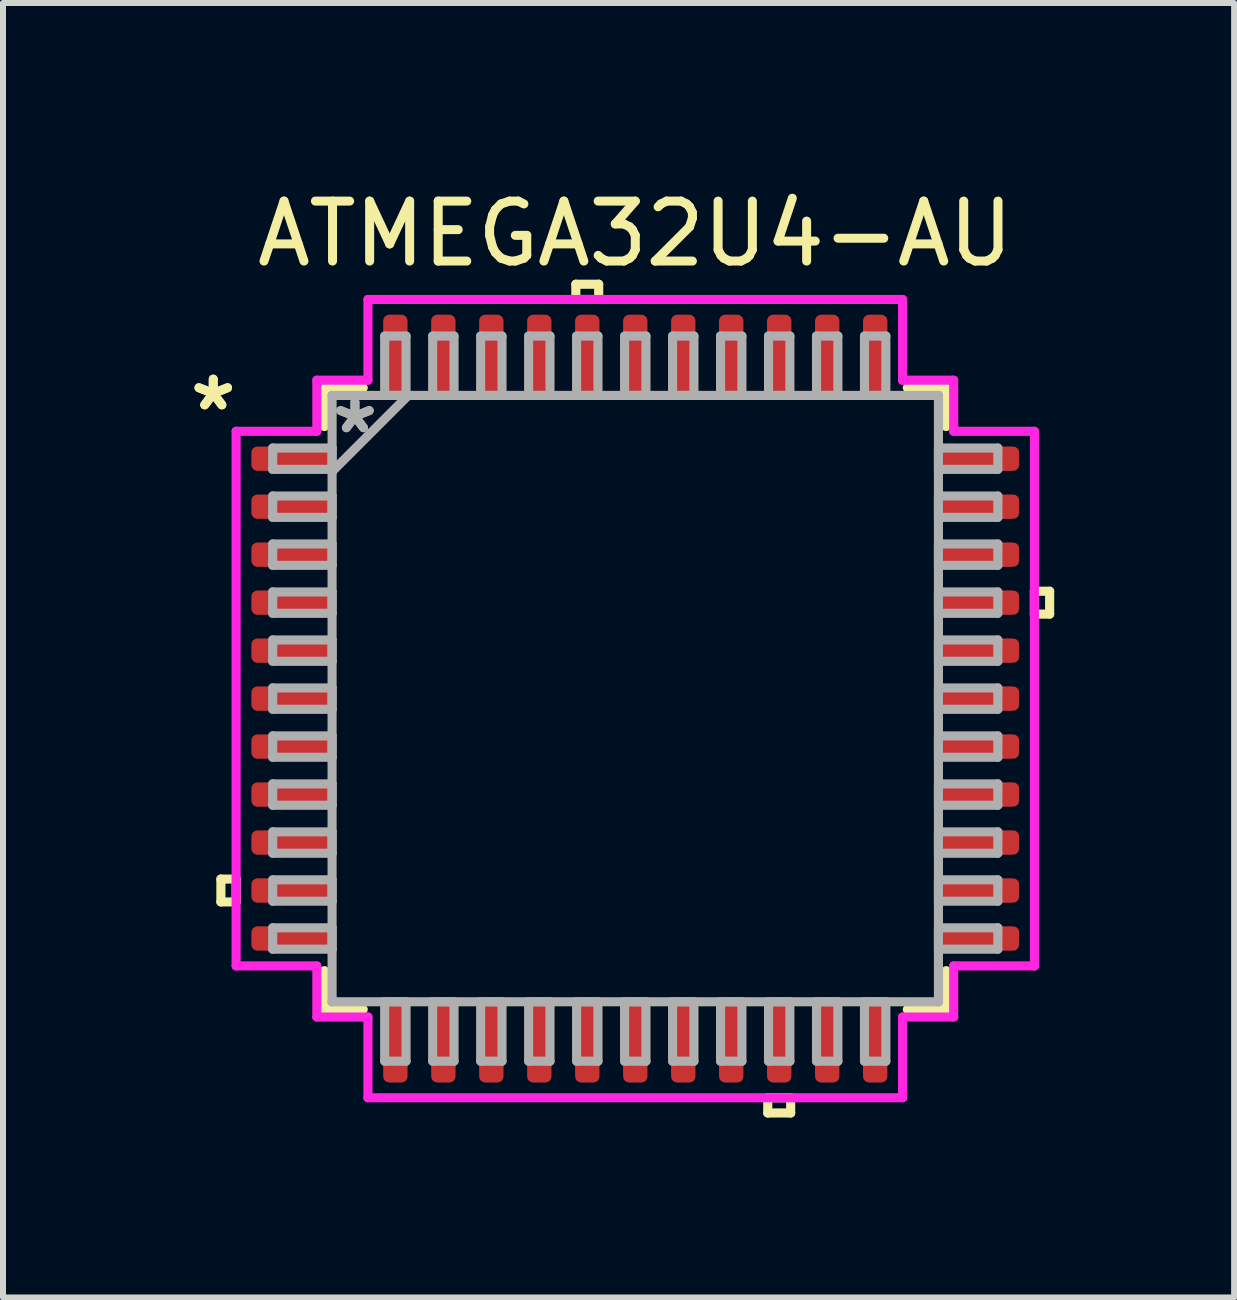
<source format=kicad_pcb>
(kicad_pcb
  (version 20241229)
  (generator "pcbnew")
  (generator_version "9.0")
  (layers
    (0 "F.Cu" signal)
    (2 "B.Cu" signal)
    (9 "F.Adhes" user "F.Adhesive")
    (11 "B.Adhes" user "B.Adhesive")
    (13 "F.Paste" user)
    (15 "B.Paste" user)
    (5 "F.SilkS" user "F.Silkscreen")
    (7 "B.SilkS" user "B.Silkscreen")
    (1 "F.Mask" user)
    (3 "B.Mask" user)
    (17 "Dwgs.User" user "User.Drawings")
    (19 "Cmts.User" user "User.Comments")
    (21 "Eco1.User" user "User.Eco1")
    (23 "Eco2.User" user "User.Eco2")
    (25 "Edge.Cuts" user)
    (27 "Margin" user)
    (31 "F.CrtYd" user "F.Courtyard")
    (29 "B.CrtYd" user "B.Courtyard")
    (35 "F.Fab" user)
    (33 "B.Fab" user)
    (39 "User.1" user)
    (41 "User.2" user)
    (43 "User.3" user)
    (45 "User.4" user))
  (footprint "ATMEGA32U4-AU"
    (layer "F.Cu")
    (at 7.542 8.598)
    (property "Reference" "ATMEGA32U4-AU" (at 0 -7.75 0) (layer "F.SilkS") (effects (font (size 1 1) (thickness 0.15))))
    (attr smd)
    (fp_line (start -6.909 3.009) (end -6.909 3.39) (stroke (width 0.152) (type solid)) (layer "F.SilkS"))
    (fp_line (start -6.909 3.39) (end -6.655 3.39) (stroke (width 0.152) (type solid)) (layer "F.SilkS"))
    (fp_line (start -6.655 3.009) (end -6.909 3.009) (stroke (width 0.152) (type solid)) (layer "F.SilkS"))
    (fp_line (start -6.655 3.39) (end -6.655 3.009) (stroke (width 0.152) (type solid)) (layer "F.SilkS"))
    (fp_line (start -5.182 -5.182) (end -5.182 -4.536) (stroke (width 0.152) (type solid)) (layer "F.SilkS"))
    (fp_line (start -5.182 4.536) (end -5.182 5.182) (stroke (width 0.152) (type solid)) (layer "F.SilkS"))
    (fp_line (start -5.182 5.182) (end -4.536 5.182) (stroke (width 0.152) (type solid)) (layer "F.SilkS"))
    (fp_line (start -4.536 -5.182) (end -5.182 -5.182) (stroke (width 0.152) (type solid)) (layer "F.SilkS"))
    (fp_line (start -0.991 -6.909) (end -0.61 -6.909) (stroke (width 0.152) (type solid)) (layer "F.SilkS"))
    (fp_line (start -0.991 -6.655) (end -0.991 -6.909) (stroke (width 0.152) (type solid)) (layer "F.SilkS"))
    (fp_line (start -0.61 -6.909) (end -0.61 -6.655) (stroke (width 0.152) (type solid)) (layer "F.SilkS"))
    (fp_line (start -0.61 -6.655) (end -0.991 -6.655) (stroke (width 0.152) (type solid)) (layer "F.SilkS"))
    (fp_line (start 2.209 6.655) (end 2.209 6.909) (stroke (width 0.152) (type solid)) (layer "F.SilkS"))
    (fp_line (start 2.209 6.909) (end 2.591 6.909) (stroke (width 0.152) (type solid)) (layer "F.SilkS"))
    (fp_line (start 2.591 6.655) (end 2.209 6.655) (stroke (width 0.152) (type solid)) (layer "F.SilkS"))
    (fp_line (start 2.591 6.909) (end 2.591 6.655) (stroke (width 0.152) (type solid)) (layer "F.SilkS"))
    (fp_line (start 4.536 5.182) (end 5.182 5.182) (stroke (width 0.152) (type solid)) (layer "F.SilkS"))
    (fp_line (start 5.182 -5.182) (end 4.536 -5.182) (stroke (width 0.152) (type solid)) (layer "F.SilkS"))
    (fp_line (start 5.182 -4.536) (end 5.182 -5.182) (stroke (width 0.152) (type solid)) (layer "F.SilkS"))
    (fp_line (start 5.182 5.182) (end 5.182 4.536) (stroke (width 0.152) (type solid)) (layer "F.SilkS"))
    (fp_line (start 6.655 -1.79) (end 6.909 -1.79) (stroke (width 0.152) (type solid)) (layer "F.SilkS"))
    (fp_line (start 6.655 -1.409) (end 6.655 -1.79) (stroke (width 0.152) (type solid)) (layer "F.SilkS"))
    (fp_line (start 6.909 -1.79) (end 6.909 -1.409) (stroke (width 0.152) (type solid)) (layer "F.SilkS"))
    (fp_line (start 6.909 -1.409) (end 6.655 -1.409) (stroke (width 0.152) (type solid)) (layer "F.SilkS"))
    (fp_line (start -6.655 -4.457) (end -5.309 -4.457) (stroke (width 0.152) (type solid)) (layer "F.CrtYd"))
    (fp_line (start -6.655 4.457) (end -6.655 -4.457) (stroke (width 0.152) (type solid)) (layer "F.CrtYd"))
    (fp_line (start -5.309 -5.309) (end -4.457 -5.309) (stroke (width 0.152) (type solid)) (layer "F.CrtYd"))
    (fp_line (start -5.309 -4.457) (end -5.309 -5.309) (stroke (width 0.152) (type solid)) (layer "F.CrtYd"))
    (fp_line (start -5.309 4.457) (end -6.655 4.457) (stroke (width 0.152) (type solid)) (layer "F.CrtYd"))
    (fp_line (start -5.309 5.309) (end -5.309 4.457) (stroke (width 0.152) (type solid)) (layer "F.CrtYd"))
    (fp_line (start -4.457 -6.655) (end 4.457 -6.655) (stroke (width 0.152) (type solid)) (layer "F.CrtYd"))
    (fp_line (start -4.457 -5.309) (end -4.457 -6.655) (stroke (width 0.152) (type solid)) (layer "F.CrtYd"))
    (fp_line (start -4.457 5.309) (end -5.309 5.309) (stroke (width 0.152) (type solid)) (layer "F.CrtYd"))
    (fp_line (start -4.457 6.655) (end -4.457 5.309) (stroke (width 0.152) (type solid)) (layer "F.CrtYd"))
    (fp_line (start 4.457 -6.655) (end 4.457 -5.309) (stroke (width 0.152) (type solid)) (layer "F.CrtYd"))
    (fp_line (start 4.457 -5.309) (end 5.309 -5.309) (stroke (width 0.152) (type solid)) (layer "F.CrtYd"))
    (fp_line (start 4.457 5.309) (end 4.457 6.655) (stroke (width 0.152) (type solid)) (layer "F.CrtYd"))
    (fp_line (start 4.457 6.655) (end -4.457 6.655) (stroke (width 0.152) (type solid)) (layer "F.CrtYd"))
    (fp_line (start 5.309 -5.309) (end 5.309 -4.457) (stroke (width 0.152) (type solid)) (layer "F.CrtYd"))
    (fp_line (start 5.309 -4.457) (end 6.655 -4.457) (stroke (width 0.152) (type solid)) (layer "F.CrtYd"))
    (fp_line (start 5.309 4.457) (end 5.309 5.309) (stroke (width 0.152) (type solid)) (layer "F.CrtYd"))
    (fp_line (start 5.309 5.309) (end 4.457 5.309) (stroke (width 0.152) (type solid)) (layer "F.CrtYd"))
    (fp_line (start 6.655 -4.457) (end 6.655 4.457) (stroke (width 0.152) (type solid)) (layer "F.CrtYd"))
    (fp_line (start 6.655 4.457) (end 5.309 4.457) (stroke (width 0.152) (type solid)) (layer "F.CrtYd"))
    (fp_line (start -6.045 -4.178) (end -6.045 -3.822) (stroke (width 0.152) (type solid)) (layer "F.Fab"))
    (fp_line (start -6.045 -3.822) (end -5.055 -3.822) (stroke (width 0.152) (type solid)) (layer "F.Fab"))
    (fp_line (start -6.045 -3.378) (end -6.045 -3.022) (stroke (width 0.152) (type solid)) (layer "F.Fab"))
    (fp_line (start -6.045 -3.022) (end -5.055 -3.022) (stroke (width 0.152) (type solid)) (layer "F.Fab"))
    (fp_line (start -6.045 -2.578) (end -6.045 -2.222) (stroke (width 0.152) (type solid)) (layer "F.Fab"))
    (fp_line (start -6.045 -2.222) (end -5.055 -2.222) (stroke (width 0.152) (type solid)) (layer "F.Fab"))
    (fp_line (start -6.045 -1.778) (end -6.045 -1.422) (stroke (width 0.152) (type solid)) (layer "F.Fab"))
    (fp_line (start -6.045 -1.422) (end -5.055 -1.422) (stroke (width 0.152) (type solid)) (layer "F.Fab"))
    (fp_line (start -6.045 -0.978) (end -6.045 -0.622) (stroke (width 0.152) (type solid)) (layer "F.Fab"))
    (fp_line (start -6.045 -0.622) (end -5.055 -0.622) (stroke (width 0.152) (type solid)) (layer "F.Fab"))
    (fp_line (start -6.045 -0.178) (end -6.045 0.178) (stroke (width 0.152) (type solid)) (layer "F.Fab"))
    (fp_line (start -6.045 0.178) (end -5.055 0.178) (stroke (width 0.152) (type solid)) (layer "F.Fab"))
    (fp_line (start -6.045 0.622) (end -6.045 0.978) (stroke (width 0.152) (type solid)) (layer "F.Fab"))
    (fp_line (start -6.045 0.978) (end -5.055 0.978) (stroke (width 0.152) (type solid)) (layer "F.Fab"))
    (fp_line (start -6.045 1.422) (end -6.045 1.778) (stroke (width 0.152) (type solid)) (layer "F.Fab"))
    (fp_line (start -6.045 1.778) (end -5.055 1.778) (stroke (width 0.152) (type solid)) (layer "F.Fab"))
    (fp_line (start -6.045 2.222) (end -6.045 2.578) (stroke (width 0.152) (type solid)) (layer "F.Fab"))
    (fp_line (start -6.045 2.578) (end -5.055 2.578) (stroke (width 0.152) (type solid)) (layer "F.Fab"))
    (fp_line (start -6.045 3.022) (end -6.045 3.378) (stroke (width 0.152) (type solid)) (layer "F.Fab"))
    (fp_line (start -6.045 3.378) (end -5.055 3.378) (stroke (width 0.152) (type solid)) (layer "F.Fab"))
    (fp_line (start -6.045 3.822) (end -6.045 4.178) (stroke (width 0.152) (type solid)) (layer "F.Fab"))
    (fp_line (start -6.045 4.178) (end -5.055 4.178) (stroke (width 0.152) (type solid)) (layer "F.Fab"))
    (fp_line (start -5.055 -5.055) (end -5.055 -5.055) (stroke (width 0.152) (type solid)) (layer "F.Fab"))
    (fp_line (start -5.055 -5.055) (end -5.055 5.055) (stroke (width 0.152) (type solid)) (layer "F.Fab"))
    (fp_line (start -5.055 -4.178) (end -6.045 -4.178) (stroke (width 0.152) (type solid)) (layer "F.Fab"))
    (fp_line (start -5.055 -3.822) (end -5.055 -4.178) (stroke (width 0.152) (type solid)) (layer "F.Fab"))
    (fp_line (start -5.055 -3.785) (end -3.785 -5.055) (stroke (width 0.152) (type solid)) (layer "F.Fab"))
    (fp_line (start -5.055 -3.378) (end -6.045 -3.378) (stroke (width 0.152) (type solid)) (layer "F.Fab"))
    (fp_line (start -5.055 -3.022) (end -5.055 -3.378) (stroke (width 0.152) (type solid)) (layer "F.Fab"))
    (fp_line (start -5.055 -2.578) (end -6.045 -2.578) (stroke (width 0.152) (type solid)) (layer "F.Fab"))
    (fp_line (start -5.055 -2.222) (end -5.055 -2.578) (stroke (width 0.152) (type solid)) (layer "F.Fab"))
    (fp_line (start -5.055 -1.778) (end -6.045 -1.778) (stroke (width 0.152) (type solid)) (layer "F.Fab"))
    (fp_line (start -5.055 -1.422) (end -5.055 -1.778) (stroke (width 0.152) (type solid)) (layer "F.Fab"))
    (fp_line (start -5.055 -0.978) (end -6.045 -0.978) (stroke (width 0.152) (type solid)) (layer "F.Fab"))
    (fp_line (start -5.055 -0.622) (end -5.055 -0.978) (stroke (width 0.152) (type solid)) (layer "F.Fab"))
    (fp_line (start -5.055 -0.178) (end -6.045 -0.178) (stroke (width 0.152) (type solid)) (layer "F.Fab"))
    (fp_line (start -5.055 0.178) (end -5.055 -0.178) (stroke (width 0.152) (type solid)) (layer "F.Fab"))
    (fp_line (start -5.055 0.622) (end -6.045 0.622) (stroke (width 0.152) (type solid)) (layer "F.Fab"))
    (fp_line (start -5.055 0.978) (end -5.055 0.622) (stroke (width 0.152) (type solid)) (layer "F.Fab"))
    (fp_line (start -5.055 1.422) (end -6.045 1.422) (stroke (width 0.152) (type solid)) (layer "F.Fab"))
    (fp_line (start -5.055 1.778) (end -5.055 1.422) (stroke (width 0.152) (type solid)) (layer "F.Fab"))
    (fp_line (start -5.055 2.222) (end -6.045 2.222) (stroke (width 0.152) (type solid)) (layer "F.Fab"))
    (fp_line (start -5.055 2.578) (end -5.055 2.222) (stroke (width 0.152) (type solid)) (layer "F.Fab"))
    (fp_line (start -5.055 3.022) (end -6.045 3.022) (stroke (width 0.152) (type solid)) (layer "F.Fab"))
    (fp_line (start -5.055 3.378) (end -5.055 3.022) (stroke (width 0.152) (type solid)) (layer "F.Fab"))
    (fp_line (start -5.055 3.822) (end -6.045 3.822) (stroke (width 0.152) (type solid)) (layer "F.Fab"))
    (fp_line (start -5.055 4.178) (end -5.055 3.822) (stroke (width 0.152) (type solid)) (layer "F.Fab"))
    (fp_line (start -5.055 5.055) (end -5.055 5.055) (stroke (width 0.152) (type solid)) (layer "F.Fab"))
    (fp_line (start -5.055 5.055) (end 5.055 5.055) (stroke (width 0.152) (type solid)) (layer "F.Fab"))
    (fp_line (start -4.178 5.055) (end -4.178 6.045) (stroke (width 0.152) (type solid)) (layer "F.Fab"))
    (fp_line (start -4.178 6.045) (end -3.822 6.045) (stroke (width 0.152) (type solid)) (layer "F.Fab"))
    (fp_line (start -4.178 -6.045) (end -4.178 -5.055) (stroke (width 0.152) (type solid)) (layer "F.Fab"))
    (fp_line (start -4.178 -5.055) (end -3.822 -5.055) (stroke (width 0.152) (type solid)) (layer "F.Fab"))
    (fp_line (start -3.822 5.055) (end -4.178 5.055) (stroke (width 0.152) (type solid)) (layer "F.Fab"))
    (fp_line (start -3.822 6.045) (end -3.822 5.055) (stroke (width 0.152) (type solid)) (layer "F.Fab"))
    (fp_line (start -3.822 -6.045) (end -4.178 -6.045) (stroke (width 0.152) (type solid)) (layer "F.Fab"))
    (fp_line (start -3.822 -5.055) (end -3.822 -6.045) (stroke (width 0.152) (type solid)) (layer "F.Fab"))
    (fp_line (start -3.378 -6.045) (end -3.378 -5.055) (stroke (width 0.152) (type solid)) (layer "F.Fab"))
    (fp_line (start -3.378 -5.055) (end -3.022 -5.055) (stroke (width 0.152) (type solid)) (layer "F.Fab"))
    (fp_line (start -3.378 5.055) (end -3.378 6.045) (stroke (width 0.152) (type solid)) (layer "F.Fab"))
    (fp_line (start -3.378 6.045) (end -3.022 6.045) (stroke (width 0.152) (type solid)) (layer "F.Fab"))
    (fp_line (start -3.022 -6.045) (end -3.378 -6.045) (stroke (width 0.152) (type solid)) (layer "F.Fab"))
    (fp_line (start -3.022 -5.055) (end -3.022 -6.045) (stroke (width 0.152) (type solid)) (layer "F.Fab"))
    (fp_line (start -3.022 5.055) (end -3.378 5.055) (stroke (width 0.152) (type solid)) (layer "F.Fab"))
    (fp_line (start -3.022 6.045) (end -3.022 5.055) (stroke (width 0.152) (type solid)) (layer "F.Fab"))
    (fp_line (start -2.578 -6.045) (end -2.578 -5.055) (stroke (width 0.152) (type solid)) (layer "F.Fab"))
    (fp_line (start -2.578 -5.055) (end -2.222 -5.055) (stroke (width 0.152) (type solid)) (layer "F.Fab"))
    (fp_line (start -2.578 5.055) (end -2.578 6.045) (stroke (width 0.152) (type solid)) (layer "F.Fab"))
    (fp_line (start -2.578 6.045) (end -2.222 6.045) (stroke (width 0.152) (type solid)) (layer "F.Fab"))
    (fp_line (start -2.222 -6.045) (end -2.578 -6.045) (stroke (width 0.152) (type solid)) (layer "F.Fab"))
    (fp_line (start -2.222 -5.055) (end -2.222 -6.045) (stroke (width 0.152) (type solid)) (layer "F.Fab"))
    (fp_line (start -2.222 5.055) (end -2.578 5.055) (stroke (width 0.152) (type solid)) (layer "F.Fab"))
    (fp_line (start -2.222 6.045) (end -2.222 5.055) (stroke (width 0.152) (type solid)) (layer "F.Fab"))
    (fp_line (start -1.778 -6.045) (end -1.778 -5.055) (stroke (width 0.152) (type solid)) (layer "F.Fab"))
    (fp_line (start -1.778 -5.055) (end -1.422 -5.055) (stroke (width 0.152) (type solid)) (layer "F.Fab"))
    (fp_line (start -1.778 5.055) (end -1.778 6.045) (stroke (width 0.152) (type solid)) (layer "F.Fab"))
    (fp_line (start -1.778 6.045) (end -1.422 6.045) (stroke (width 0.152) (type solid)) (layer "F.Fab"))
    (fp_line (start -1.422 -6.045) (end -1.778 -6.045) (stroke (width 0.152) (type solid)) (layer "F.Fab"))
    (fp_line (start -1.422 -5.055) (end -1.422 -6.045) (stroke (width 0.152) (type solid)) (layer "F.Fab"))
    (fp_line (start -1.422 5.055) (end -1.778 5.055) (stroke (width 0.152) (type solid)) (layer "F.Fab"))
    (fp_line (start -1.422 6.045) (end -1.422 5.055) (stroke (width 0.152) (type solid)) (layer "F.Fab"))
    (fp_line (start -0.978 -6.045) (end -0.978 -5.055) (stroke (width 0.152) (type solid)) (layer "F.Fab"))
    (fp_line (start -0.978 -5.055) (end -0.622 -5.055) (stroke (width 0.152) (type solid)) (layer "F.Fab"))
    (fp_line (start -0.978 5.055) (end -0.978 6.045) (stroke (width 0.152) (type solid)) (layer "F.Fab"))
    (fp_line (start -0.978 6.045) (end -0.622 6.045) (stroke (width 0.152) (type solid)) (layer "F.Fab"))
    (fp_line (start -0.622 -6.045) (end -0.978 -6.045) (stroke (width 0.152) (type solid)) (layer "F.Fab"))
    (fp_line (start -0.622 -5.055) (end -0.622 -6.045) (stroke (width 0.152) (type solid)) (layer "F.Fab"))
    (fp_line (start -0.622 5.055) (end -0.978 5.055) (stroke (width 0.152) (type solid)) (layer "F.Fab"))
    (fp_line (start -0.622 6.045) (end -0.622 5.055) (stroke (width 0.152) (type solid)) (layer "F.Fab"))
    (fp_line (start -0.178 -6.045) (end -0.178 -5.055) (stroke (width 0.152) (type solid)) (layer "F.Fab"))
    (fp_line (start -0.178 -5.055) (end 0.178 -5.055) (stroke (width 0.152) (type solid)) (layer "F.Fab"))
    (fp_line (start -0.178 5.055) (end -0.178 6.045) (stroke (width 0.152) (type solid)) (layer "F.Fab"))
    (fp_line (start -0.178 6.045) (end 0.178 6.045) (stroke (width 0.152) (type solid)) (layer "F.Fab"))
    (fp_line (start 0.178 -6.045) (end -0.178 -6.045) (stroke (width 0.152) (type solid)) (layer "F.Fab"))
    (fp_line (start 0.178 -5.055) (end 0.178 -6.045) (stroke (width 0.152) (type solid)) (layer "F.Fab"))
    (fp_line (start 0.178 5.055) (end -0.178 5.055) (stroke (width 0.152) (type solid)) (layer "F.Fab"))
    (fp_line (start 0.178 6.045) (end 0.178 5.055) (stroke (width 0.152) (type solid)) (layer "F.Fab"))
    (fp_line (start 0.622 -6.045) (end 0.622 -5.055) (stroke (width 0.152) (type solid)) (layer "F.Fab"))
    (fp_line (start 0.622 -5.055) (end 0.978 -5.055) (stroke (width 0.152) (type solid)) (layer "F.Fab"))
    (fp_line (start 0.622 5.055) (end 0.622 6.045) (stroke (width 0.152) (type solid)) (layer "F.Fab"))
    (fp_line (start 0.622 6.045) (end 0.978 6.045) (stroke (width 0.152) (type solid)) (layer "F.Fab"))
    (fp_line (start 0.978 -6.045) (end 0.622 -6.045) (stroke (width 0.152) (type solid)) (layer "F.Fab"))
    (fp_line (start 0.978 -5.055) (end 0.978 -6.045) (stroke (width 0.152) (type solid)) (layer "F.Fab"))
    (fp_line (start 0.978 5.055) (end 0.622 5.055) (stroke (width 0.152) (type solid)) (layer "F.Fab"))
    (fp_line (start 0.978 6.045) (end 0.978 5.055) (stroke (width 0.152) (type solid)) (layer "F.Fab"))
    (fp_line (start 1.422 -6.045) (end 1.422 -5.055) (stroke (width 0.152) (type solid)) (layer "F.Fab"))
    (fp_line (start 1.422 -5.055) (end 1.778 -5.055) (stroke (width 0.152) (type solid)) (layer "F.Fab"))
    (fp_line (start 1.422 5.055) (end 1.422 6.045) (stroke (width 0.152) (type solid)) (layer "F.Fab"))
    (fp_line (start 1.422 6.045) (end 1.778 6.045) (stroke (width 0.152) (type solid)) (layer "F.Fab"))
    (fp_line (start 1.778 -6.045) (end 1.422 -6.045) (stroke (width 0.152) (type solid)) (layer "F.Fab"))
    (fp_line (start 1.778 -5.055) (end 1.778 -6.045) (stroke (width 0.152) (type solid)) (layer "F.Fab"))
    (fp_line (start 1.778 5.055) (end 1.422 5.055) (stroke (width 0.152) (type solid)) (layer "F.Fab"))
    (fp_line (start 1.778 6.045) (end 1.778 5.055) (stroke (width 0.152) (type solid)) (layer "F.Fab"))
    (fp_line (start 2.222 -6.045) (end 2.222 -5.055) (stroke (width 0.152) (type solid)) (layer "F.Fab"))
    (fp_line (start 2.222 -5.055) (end 2.578 -5.055) (stroke (width 0.152) (type solid)) (layer "F.Fab"))
    (fp_line (start 2.222 5.055) (end 2.222 6.045) (stroke (width 0.152) (type solid)) (layer "F.Fab"))
    (fp_line (start 2.222 6.045) (end 2.578 6.045) (stroke (width 0.152) (type solid)) (layer "F.Fab"))
    (fp_line (start 2.578 -6.045) (end 2.222 -6.045) (stroke (width 0.152) (type solid)) (layer "F.Fab"))
    (fp_line (start 2.578 -5.055) (end 2.578 -6.045) (stroke (width 0.152) (type solid)) (layer "F.Fab"))
    (fp_line (start 2.578 5.055) (end 2.222 5.055) (stroke (width 0.152) (type solid)) (layer "F.Fab"))
    (fp_line (start 2.578 6.045) (end 2.578 5.055) (stroke (width 0.152) (type solid)) (layer "F.Fab"))
    (fp_line (start 3.022 -6.045) (end 3.022 -5.055) (stroke (width 0.152) (type solid)) (layer "F.Fab"))
    (fp_line (start 3.022 -5.055) (end 3.378 -5.055) (stroke (width 0.152) (type solid)) (layer "F.Fab"))
    (fp_line (start 3.022 5.055) (end 3.022 6.045) (stroke (width 0.152) (type solid)) (layer "F.Fab"))
    (fp_line (start 3.022 6.045) (end 3.378 6.045) (stroke (width 0.152) (type solid)) (layer "F.Fab"))
    (fp_line (start 3.378 -6.045) (end 3.022 -6.045) (stroke (width 0.152) (type solid)) (layer "F.Fab"))
    (fp_line (start 3.378 -5.055) (end 3.378 -6.045) (stroke (width 0.152) (type solid)) (layer "F.Fab"))
    (fp_line (start 3.378 5.055) (end 3.022 5.055) (stroke (width 0.152) (type solid)) (layer "F.Fab"))
    (fp_line (start 3.378 6.045) (end 3.378 5.055) (stroke (width 0.152) (type solid)) (layer "F.Fab"))
    (fp_line (start 3.822 5.055) (end 3.822 6.045) (stroke (width 0.152) (type solid)) (layer "F.Fab"))
    (fp_line (start 3.822 6.045) (end 4.178 6.045) (stroke (width 0.152) (type solid)) (layer "F.Fab"))
    (fp_line (start 3.822 -6.045) (end 3.822 -5.055) (stroke (width 0.152) (type solid)) (layer "F.Fab"))
    (fp_line (start 3.822 -5.055) (end 4.178 -5.055) (stroke (width 0.152) (type solid)) (layer "F.Fab"))
    (fp_line (start 4.178 5.055) (end 3.822 5.055) (stroke (width 0.152) (type solid)) (layer "F.Fab"))
    (fp_line (start 4.178 6.045) (end 4.178 5.055) (stroke (width 0.152) (type solid)) (layer "F.Fab"))
    (fp_line (start 4.178 -6.045) (end 3.822 -6.045) (stroke (width 0.152) (type solid)) (layer "F.Fab"))
    (fp_line (start 4.178 -5.055) (end 4.178 -6.045) (stroke (width 0.152) (type solid)) (layer "F.Fab"))
    (fp_line (start 5.055 -5.055) (end -5.055 -5.055) (stroke (width 0.152) (type solid)) (layer "F.Fab"))
    (fp_line (start 5.055 -5.055) (end 5.055 -5.055) (stroke (width 0.152) (type solid)) (layer "F.Fab"))
    (fp_line (start 5.055 -4.178) (end 5.055 -3.822) (stroke (width 0.152) (type solid)) (layer "F.Fab"))
    (fp_line (start 5.055 -3.822) (end 6.045 -3.822) (stroke (width 0.152) (type solid)) (layer "F.Fab"))
    (fp_line (start 5.055 -3.378) (end 5.055 -3.022) (stroke (width 0.152) (type solid)) (layer "F.Fab"))
    (fp_line (start 5.055 -3.022) (end 6.045 -3.022) (stroke (width 0.152) (type solid)) (layer "F.Fab"))
    (fp_line (start 5.055 -2.578) (end 5.055 -2.222) (stroke (width 0.152) (type solid)) (layer "F.Fab"))
    (fp_line (start 5.055 -2.222) (end 6.045 -2.222) (stroke (width 0.152) (type solid)) (layer "F.Fab"))
    (fp_line (start 5.055 -1.778) (end 5.055 -1.422) (stroke (width 0.152) (type solid)) (layer "F.Fab"))
    (fp_line (start 5.055 -1.422) (end 6.045 -1.422) (stroke (width 0.152) (type solid)) (layer "F.Fab"))
    (fp_line (start 5.055 -0.978) (end 5.055 -0.622) (stroke (width 0.152) (type solid)) (layer "F.Fab"))
    (fp_line (start 5.055 -0.622) (end 6.045 -0.622) (stroke (width 0.152) (type solid)) (layer "F.Fab"))
    (fp_line (start 5.055 -0.178) (end 5.055 0.178) (stroke (width 0.152) (type solid)) (layer "F.Fab"))
    (fp_line (start 5.055 0.178) (end 6.045 0.178) (stroke (width 0.152) (type solid)) (layer "F.Fab"))
    (fp_line (start 5.055 0.622) (end 5.055 0.978) (stroke (width 0.152) (type solid)) (layer "F.Fab"))
    (fp_line (start 5.055 0.978) (end 6.045 0.978) (stroke (width 0.152) (type solid)) (layer "F.Fab"))
    (fp_line (start 5.055 1.422) (end 5.055 1.778) (stroke (width 0.152) (type solid)) (layer "F.Fab"))
    (fp_line (start 5.055 1.778) (end 6.045 1.778) (stroke (width 0.152) (type solid)) (layer "F.Fab"))
    (fp_line (start 5.055 2.222) (end 5.055 2.578) (stroke (width 0.152) (type solid)) (layer "F.Fab"))
    (fp_line (start 5.055 2.578) (end 6.045 2.578) (stroke (width 0.152) (type solid)) (layer "F.Fab"))
    (fp_line (start 5.055 3.022) (end 5.055 3.378) (stroke (width 0.152) (type solid)) (layer "F.Fab"))
    (fp_line (start 5.055 3.378) (end 6.045 3.378) (stroke (width 0.152) (type solid)) (layer "F.Fab"))
    (fp_line (start 5.055 3.822) (end 5.055 4.178) (stroke (width 0.152) (type solid)) (layer "F.Fab"))
    (fp_line (start 5.055 4.178) (end 6.045 4.178) (stroke (width 0.152) (type solid)) (layer "F.Fab"))
    (fp_line (start 5.055 5.055) (end 5.055 -5.055) (stroke (width 0.152) (type solid)) (layer "F.Fab"))
    (fp_line (start 5.055 5.055) (end 5.055 5.055) (stroke (width 0.152) (type solid)) (layer "F.Fab"))
    (fp_line (start 6.045 -4.178) (end 5.055 -4.178) (stroke (width 0.152) (type solid)) (layer "F.Fab"))
    (fp_line (start 6.045 -3.822) (end 6.045 -4.178) (stroke (width 0.152) (type solid)) (layer "F.Fab"))
    (fp_line (start 6.045 -3.378) (end 5.055 -3.378) (stroke (width 0.152) (type solid)) (layer "F.Fab"))
    (fp_line (start 6.045 -3.022) (end 6.045 -3.378) (stroke (width 0.152) (type solid)) (layer "F.Fab"))
    (fp_line (start 6.045 -2.578) (end 5.055 -2.578) (stroke (width 0.152) (type solid)) (layer "F.Fab"))
    (fp_line (start 6.045 -2.222) (end 6.045 -2.578) (stroke (width 0.152) (type solid)) (layer "F.Fab"))
    (fp_line (start 6.045 -1.778) (end 5.055 -1.778) (stroke (width 0.152) (type solid)) (layer "F.Fab"))
    (fp_line (start 6.045 -1.422) (end 6.045 -1.778) (stroke (width 0.152) (type solid)) (layer "F.Fab"))
    (fp_line (start 6.045 -0.978) (end 5.055 -0.978) (stroke (width 0.152) (type solid)) (layer "F.Fab"))
    (fp_line (start 6.045 -0.622) (end 6.045 -0.978) (stroke (width 0.152) (type solid)) (layer "F.Fab"))
    (fp_line (start 6.045 -0.178) (end 5.055 -0.178) (stroke (width 0.152) (type solid)) (layer "F.Fab"))
    (fp_line (start 6.045 0.178) (end 6.045 -0.178) (stroke (width 0.152) (type solid)) (layer "F.Fab"))
    (fp_line (start 6.045 0.622) (end 5.055 0.622) (stroke (width 0.152) (type solid)) (layer "F.Fab"))
    (fp_line (start 6.045 0.978) (end 6.045 0.622) (stroke (width 0.152) (type solid)) (layer "F.Fab"))
    (fp_line (start 6.045 1.422) (end 5.055 1.422) (stroke (width 0.152) (type solid)) (layer "F.Fab"))
    (fp_line (start 6.045 1.778) (end 6.045 1.422) (stroke (width 0.152) (type solid)) (layer "F.Fab"))
    (fp_line (start 6.045 2.222) (end 5.055 2.222) (stroke (width 0.152) (type solid)) (layer "F.Fab"))
    (fp_line (start 6.045 2.578) (end 6.045 2.222) (stroke (width 0.152) (type solid)) (layer "F.Fab"))
    (fp_line (start 6.045 3.022) (end 5.055 3.022) (stroke (width 0.152) (type solid)) (layer "F.Fab"))
    (fp_line (start 6.045 3.378) (end 6.045 3.022) (stroke (width 0.152) (type solid)) (layer "F.Fab"))
    (fp_line (start 6.045 3.822) (end 5.055 3.822) (stroke (width 0.152) (type solid)) (layer "F.Fab"))
    (fp_line (start 6.045 4.178) (end 6.045 3.822) (stroke (width 0.152) (type solid)) (layer "F.Fab"))
    (fp_text user "*" (at -7.036 -4.781 0) (layer "F.SilkS") (effects (font (size 1 1) (thickness 0.15))))
    (fp_text user "*" (at -7.036 -4.781 0) (layer "F.SilkS") (effects (font (size 1 1) (thickness 0.15))))
    (fp_text user "*" (at -4.674 -4.4 0) (layer "F.Fab") (effects (font (size 1 1) (thickness 0.15))))
    (fp_text user "*" (at -4.674 -4.4 0) (layer "F.Fab") (effects (font (size 1 1) (thickness 0.15))))
    (pad "1" smd roundrect (at -5.728 -4 90) (size 0.406 1.346) (layers "F.Cu" "F.Mask" "F.Paste") (roundrect_rratio 0.25))
    (pad "2" smd roundrect (at -5.728 -3.2 90) (size 0.406 1.346) (layers "F.Cu" "F.Mask" "F.Paste") (roundrect_rratio 0.25))
    (pad "3" smd roundrect (at -5.728 -2.4 90) (size 0.406 1.346) (layers "F.Cu" "F.Mask" "F.Paste") (roundrect_rratio 0.25))
    (pad "4" smd roundrect (at -5.728 -1.6 90) (size 0.406 1.346) (layers "F.Cu" "F.Mask" "F.Paste") (roundrect_rratio 0.25))
    (pad "5" smd roundrect (at -5.728 -0.8 90) (size 0.406 1.346) (layers "F.Cu" "F.Mask" "F.Paste") (roundrect_rratio 0.25))
    (pad "6" smd roundrect (at -5.728 0 90) (size 0.406 1.346) (layers "F.Cu" "F.Mask" "F.Paste") (roundrect_rratio 0.25))
    (pad "7" smd roundrect (at -5.728 0.8 90) (size 0.406 1.346) (layers "F.Cu" "F.Mask" "F.Paste") (roundrect_rratio 0.25))
    (pad "8" smd roundrect (at -5.728 1.6 90) (size 0.406 1.346) (layers "F.Cu" "F.Mask" "F.Paste") (roundrect_rratio 0.25))
    (pad "9" smd roundrect (at -5.728 2.4 90) (size 0.406 1.346) (layers "F.Cu" "F.Mask" "F.Paste") (roundrect_rratio 0.25))
    (pad "10" smd roundrect (at -5.728 3.2 90) (size 0.406 1.346) (layers "F.Cu" "F.Mask" "F.Paste") (roundrect_rratio 0.25))
    (pad "11" smd roundrect (at -5.728 4 90) (size 0.406 1.346) (layers "F.Cu" "F.Mask" "F.Paste") (roundrect_rratio 0.25))
    (pad "12" smd roundrect (at -4 5.728) (size 0.406 1.346) (layers "F.Cu" "F.Mask" "F.Paste") (roundrect_rratio 0.25))
    (pad "13" smd roundrect (at -3.2 5.728) (size 0.406 1.346) (layers "F.Cu" "F.Mask" "F.Paste") (roundrect_rratio 0.25))
    (pad "14" smd roundrect (at -2.4 5.728) (size 0.406 1.346) (layers "F.Cu" "F.Mask" "F.Paste") (roundrect_rratio 0.25))
    (pad "15" smd roundrect (at -1.6 5.728) (size 0.406 1.346) (layers "F.Cu" "F.Mask" "F.Paste") (roundrect_rratio 0.25))
    (pad "16" smd roundrect (at -0.8 5.728) (size 0.406 1.346) (layers "F.Cu" "F.Mask" "F.Paste") (roundrect_rratio 0.25))
    (pad "17" smd roundrect (at 0 5.728) (size 0.406 1.346) (layers "F.Cu" "F.Mask" "F.Paste") (roundrect_rratio 0.25))
    (pad "18" smd roundrect (at 0.8 5.728) (size 0.406 1.346) (layers "F.Cu" "F.Mask" "F.Paste") (roundrect_rratio 0.25))
    (pad "19" smd roundrect (at 1.6 5.728) (size 0.406 1.346) (layers "F.Cu" "F.Mask" "F.Paste") (roundrect_rratio 0.25))
    (pad "20" smd roundrect (at 2.4 5.728) (size 0.406 1.346) (layers "F.Cu" "F.Mask" "F.Paste") (roundrect_rratio 0.25))
    (pad "21" smd roundrect (at 3.2 5.728) (size 0.406 1.346) (layers "F.Cu" "F.Mask" "F.Paste") (roundrect_rratio 0.25))
    (pad "22" smd roundrect (at 4 5.728) (size 0.406 1.346) (layers "F.Cu" "F.Mask" "F.Paste") (roundrect_rratio 0.25))
    (pad "23" smd roundrect (at 5.728 4 90) (size 0.406 1.346) (layers "F.Cu" "F.Mask" "F.Paste") (roundrect_rratio 0.25))
    (pad "24" smd roundrect (at 5.728 3.2 90) (size 0.406 1.346) (layers "F.Cu" "F.Mask" "F.Paste") (roundrect_rratio 0.25))
    (pad "25" smd roundrect (at 5.728 2.4 90) (size 0.406 1.346) (layers "F.Cu" "F.Mask" "F.Paste") (roundrect_rratio 0.25))
    (pad "26" smd roundrect (at 5.728 1.6 90) (size 0.406 1.346) (layers "F.Cu" "F.Mask" "F.Paste") (roundrect_rratio 0.25))
    (pad "27" smd roundrect (at 5.728 0.8 90) (size 0.406 1.346) (layers "F.Cu" "F.Mask" "F.Paste") (roundrect_rratio 0.25))
    (pad "28" smd roundrect (at 5.728 0 90) (size 0.406 1.346) (layers "F.Cu" "F.Mask" "F.Paste") (roundrect_rratio 0.25))
    (pad "29" smd roundrect (at 5.728 -0.8 90) (size 0.406 1.346) (layers "F.Cu" "F.Mask" "F.Paste") (roundrect_rratio 0.25))
    (pad "30" smd roundrect (at 5.728 -1.6 90) (size 0.406 1.346) (layers "F.Cu" "F.Mask" "F.Paste") (roundrect_rratio 0.25))
    (pad "31" smd roundrect (at 5.728 -2.4 90) (size 0.406 1.346) (layers "F.Cu" "F.Mask" "F.Paste") (roundrect_rratio 0.25))
    (pad "32" smd roundrect (at 5.728 -3.2 90) (size 0.406 1.346) (layers "F.Cu" "F.Mask" "F.Paste") (roundrect_rratio 0.25))
    (pad "33" smd roundrect (at 5.728 -4 90) (size 0.406 1.346) (layers "F.Cu" "F.Mask" "F.Paste") (roundrect_rratio 0.25))
    (pad "34" smd roundrect (at 4 -5.728) (size 0.406 1.346) (layers "F.Cu" "F.Mask" "F.Paste") (roundrect_rratio 0.25))
    (pad "35" smd roundrect (at 3.2 -5.728) (size 0.406 1.346) (layers "F.Cu" "F.Mask" "F.Paste") (roundrect_rratio 0.25))
    (pad "36" smd roundrect (at 2.4 -5.728) (size 0.406 1.346) (layers "F.Cu" "F.Mask" "F.Paste") (roundrect_rratio 0.25))
    (pad "37" smd roundrect (at 1.6 -5.728) (size 0.406 1.346) (layers "F.Cu" "F.Mask" "F.Paste") (roundrect_rratio 0.25))
    (pad "38" smd roundrect (at 0.8 -5.728) (size 0.406 1.346) (layers "F.Cu" "F.Mask" "F.Paste") (roundrect_rratio 0.25))
    (pad "39" smd roundrect (at 0 -5.728) (size 0.406 1.346) (layers "F.Cu" "F.Mask" "F.Paste") (roundrect_rratio 0.25))
    (pad "40" smd roundrect (at -0.8 -5.728) (size 0.406 1.346) (layers "F.Cu" "F.Mask" "F.Paste") (roundrect_rratio 0.25))
    (pad "41" smd roundrect (at -1.6 -5.728) (size 0.406 1.346) (layers "F.Cu" "F.Mask" "F.Paste") (roundrect_rratio 0.25))
    (pad "42" smd roundrect (at -2.4 -5.728) (size 0.406 1.346) (layers "F.Cu" "F.Mask" "F.Paste") (roundrect_rratio 0.25))
    (pad "43" smd roundrect (at -3.2 -5.728) (size 0.406 1.346) (layers "F.Cu" "F.Mask" "F.Paste") (roundrect_rratio 0.25))
    (pad "44" smd roundrect (at -4 -5.728) (size 0.406 1.346) (layers "F.Cu" "F.Mask" "F.Paste") (roundrect_rratio 0.25)))
  (gr_rect
    (start -3 -3)
    (end 17.527 18.583)
    (stroke (width 0.1) (type default))
    (fill no)
    (layer "Edge.Cuts")))
</source>
